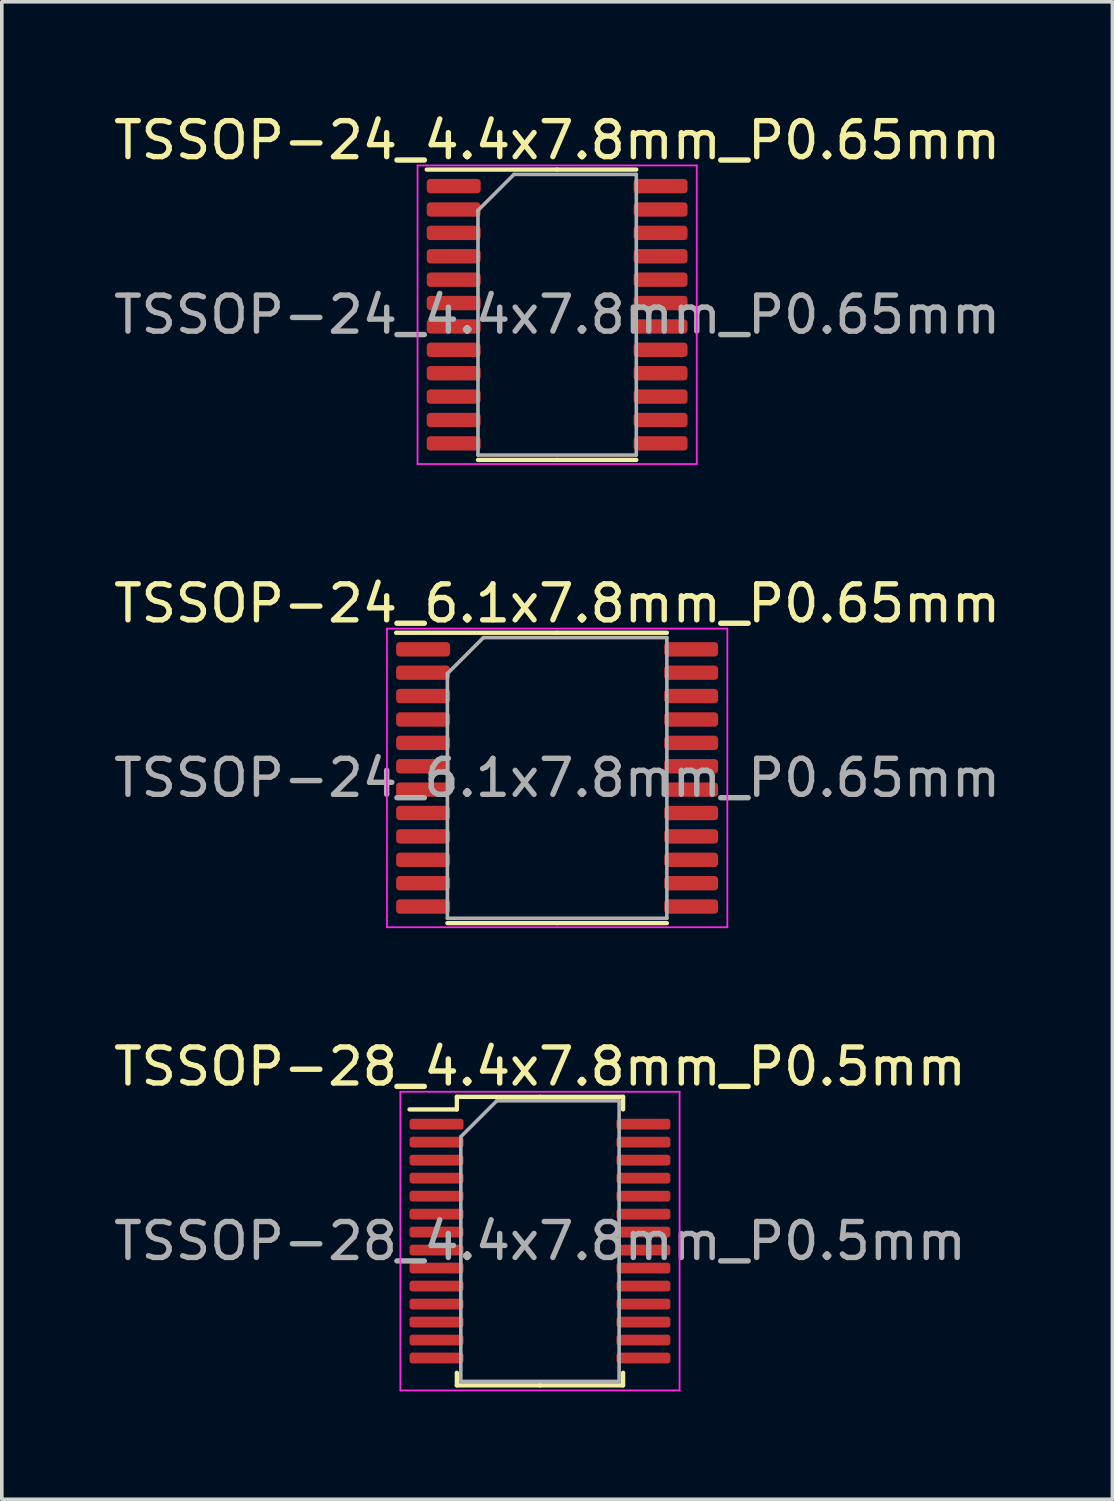
<source format=kicad_pcb>
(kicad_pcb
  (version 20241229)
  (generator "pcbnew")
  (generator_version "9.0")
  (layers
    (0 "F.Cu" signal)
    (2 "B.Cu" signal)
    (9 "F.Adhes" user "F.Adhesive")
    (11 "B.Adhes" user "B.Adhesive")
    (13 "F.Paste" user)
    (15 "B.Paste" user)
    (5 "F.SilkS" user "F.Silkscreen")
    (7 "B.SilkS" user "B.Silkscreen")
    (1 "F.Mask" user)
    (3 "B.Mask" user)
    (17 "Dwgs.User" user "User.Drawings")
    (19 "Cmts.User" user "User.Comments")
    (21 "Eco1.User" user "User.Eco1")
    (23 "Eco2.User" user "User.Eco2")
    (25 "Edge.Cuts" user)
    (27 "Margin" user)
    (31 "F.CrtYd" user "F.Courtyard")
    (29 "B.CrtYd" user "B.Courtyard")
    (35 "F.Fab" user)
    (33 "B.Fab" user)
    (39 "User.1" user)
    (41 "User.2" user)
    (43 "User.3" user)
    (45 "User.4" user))
  (footprint "TSSOP-24_4.4x7.8mm_P0.65mm"
    (layer "F.Cu")
    (at 12.435 5.698)
    (property "Reference" "TSSOP-24_4.4x7.8mm_P0.65mm" (at 0 -4.85 0) (layer "F.SilkS") (effects (font (size 1 1) (thickness 0.15))))
    (attr smd)
    (fp_line (start 0 -4.035) (end -3.625 -4.035) (stroke (width 0.12) (type solid)) (layer "F.SilkS"))
    (fp_line (start 0 -4.035) (end 2.2 -4.035) (stroke (width 0.12) (type solid)) (layer "F.SilkS"))
    (fp_line (start 0 4.035) (end -2.2 4.035) (stroke (width 0.12) (type solid)) (layer "F.SilkS"))
    (fp_line (start 0 4.035) (end 2.2 4.035) (stroke (width 0.12) (type solid)) (layer "F.SilkS"))
    (fp_line (start -3.88 -4.15) (end -3.88 4.15) (stroke (width 0.05) (type solid)) (layer "F.CrtYd"))
    (fp_line (start -3.88 4.15) (end 3.88 4.15) (stroke (width 0.05) (type solid)) (layer "F.CrtYd"))
    (fp_line (start 3.88 -4.15) (end -3.88 -4.15) (stroke (width 0.05) (type solid)) (layer "F.CrtYd"))
    (fp_line (start 3.88 4.15) (end 3.88 -4.15) (stroke (width 0.05) (type solid)) (layer "F.CrtYd"))
    (fp_line (start -2.2 -2.9) (end -1.2 -3.9) (stroke (width 0.1) (type solid)) (layer "F.Fab"))
    (fp_line (start -2.2 3.9) (end -2.2 -2.9) (stroke (width 0.1) (type solid)) (layer "F.Fab"))
    (fp_line (start -1.2 -3.9) (end 2.2 -3.9) (stroke (width 0.1) (type solid)) (layer "F.Fab"))
    (fp_line (start 2.2 -3.9) (end 2.2 3.9) (stroke (width 0.1) (type solid)) (layer "F.Fab"))
    (fp_line (start 2.2 3.9) (end -2.2 3.9) (stroke (width 0.1) (type solid)) (layer "F.Fab"))
    (fp_text user "${REFERENCE}" (at 0 0 0) (layer "F.Fab") (effects (font (size 1 1) (thickness 0.15))))
    (pad "1" smd roundrect (at -2.875 -3.575) (size 1.5 0.4) (layers "F.Cu" "F.Mask" "F.Paste") (roundrect_rratio 0.25))
    (pad "2" smd roundrect (at -2.875 -2.925) (size 1.5 0.4) (layers "F.Cu" "F.Mask" "F.Paste") (roundrect_rratio 0.25))
    (pad "3" smd roundrect (at -2.875 -2.275) (size 1.5 0.4) (layers "F.Cu" "F.Mask" "F.Paste") (roundrect_rratio 0.25))
    (pad "4" smd roundrect (at -2.875 -1.625) (size 1.5 0.4) (layers "F.Cu" "F.Mask" "F.Paste") (roundrect_rratio 0.25))
    (pad "5" smd roundrect (at -2.875 -0.975) (size 1.5 0.4) (layers "F.Cu" "F.Mask" "F.Paste") (roundrect_rratio 0.25))
    (pad "6" smd roundrect (at -2.875 -0.325) (size 1.5 0.4) (layers "F.Cu" "F.Mask" "F.Paste") (roundrect_rratio 0.25))
    (pad "7" smd roundrect (at -2.875 0.325) (size 1.5 0.4) (layers "F.Cu" "F.Mask" "F.Paste") (roundrect_rratio 0.25))
    (pad "8" smd roundrect (at -2.875 0.975) (size 1.5 0.4) (layers "F.Cu" "F.Mask" "F.Paste") (roundrect_rratio 0.25))
    (pad "9" smd roundrect (at -2.875 1.625) (size 1.5 0.4) (layers "F.Cu" "F.Mask" "F.Paste") (roundrect_rratio 0.25))
    (pad "10" smd roundrect (at -2.875 2.275) (size 1.5 0.4) (layers "F.Cu" "F.Mask" "F.Paste") (roundrect_rratio 0.25))
    (pad "11" smd roundrect (at -2.875 2.925) (size 1.5 0.4) (layers "F.Cu" "F.Mask" "F.Paste") (roundrect_rratio 0.25))
    (pad "12" smd roundrect (at -2.875 3.575) (size 1.5 0.4) (layers "F.Cu" "F.Mask" "F.Paste") (roundrect_rratio 0.25))
    (pad "13" smd roundrect (at 2.875 3.575) (size 1.5 0.4) (layers "F.Cu" "F.Mask" "F.Paste") (roundrect_rratio 0.25))
    (pad "14" smd roundrect (at 2.875 2.925) (size 1.5 0.4) (layers "F.Cu" "F.Mask" "F.Paste") (roundrect_rratio 0.25))
    (pad "15" smd roundrect (at 2.875 2.275) (size 1.5 0.4) (layers "F.Cu" "F.Mask" "F.Paste") (roundrect_rratio 0.25))
    (pad "16" smd roundrect (at 2.875 1.625) (size 1.5 0.4) (layers "F.Cu" "F.Mask" "F.Paste") (roundrect_rratio 0.25))
    (pad "17" smd roundrect (at 2.875 0.975) (size 1.5 0.4) (layers "F.Cu" "F.Mask" "F.Paste") (roundrect_rratio 0.25))
    (pad "18" smd roundrect (at 2.875 0.325) (size 1.5 0.4) (layers "F.Cu" "F.Mask" "F.Paste") (roundrect_rratio 0.25))
    (pad "19" smd roundrect (at 2.875 -0.325) (size 1.5 0.4) (layers "F.Cu" "F.Mask" "F.Paste") (roundrect_rratio 0.25))
    (pad "20" smd roundrect (at 2.875 -0.975) (size 1.5 0.4) (layers "F.Cu" "F.Mask" "F.Paste") (roundrect_rratio 0.25))
    (pad "21" smd roundrect (at 2.875 -1.625) (size 1.5 0.4) (layers "F.Cu" "F.Mask" "F.Paste") (roundrect_rratio 0.25))
    (pad "22" smd roundrect (at 2.875 -2.275) (size 1.5 0.4) (layers "F.Cu" "F.Mask" "F.Paste") (roundrect_rratio 0.25))
    (pad "23" smd roundrect (at 2.875 -2.925) (size 1.5 0.4) (layers "F.Cu" "F.Mask" "F.Paste") (roundrect_rratio 0.25))
    (pad "24" smd roundrect (at 2.875 -3.575) (size 1.5 0.4) (layers "F.Cu" "F.Mask" "F.Paste") (roundrect_rratio 0.25)))
  (footprint "TSSOP-24_6.1x7.8mm_P0.65mm"
    (layer "F.Cu")
    (at 12.435 18.572)
    (property "Reference" "TSSOP-24_6.1x7.8mm_P0.65mm" (at 0 -4.85 0) (layer "F.SilkS") (effects (font (size 1 1) (thickness 0.15))))
    (attr smd)
    (fp_line (start 0 -4.035) (end -4.475 -4.035) (stroke (width 0.12) (type solid)) (layer "F.SilkS"))
    (fp_line (start 0 -4.035) (end 3.05 -4.035) (stroke (width 0.12) (type solid)) (layer "F.SilkS"))
    (fp_line (start 0 4.035) (end -3.05 4.035) (stroke (width 0.12) (type solid)) (layer "F.SilkS"))
    (fp_line (start 0 4.035) (end 3.05 4.035) (stroke (width 0.12) (type solid)) (layer "F.SilkS"))
    (fp_line (start -4.73 -4.15) (end -4.73 4.15) (stroke (width 0.05) (type solid)) (layer "F.CrtYd"))
    (fp_line (start -4.73 4.15) (end 4.73 4.15) (stroke (width 0.05) (type solid)) (layer "F.CrtYd"))
    (fp_line (start 4.73 -4.15) (end -4.73 -4.15) (stroke (width 0.05) (type solid)) (layer "F.CrtYd"))
    (fp_line (start 4.73 4.15) (end 4.73 -4.15) (stroke (width 0.05) (type solid)) (layer "F.CrtYd"))
    (fp_line (start -3.05 -2.9) (end -2.05 -3.9) (stroke (width 0.1) (type solid)) (layer "F.Fab"))
    (fp_line (start -3.05 3.9) (end -3.05 -2.9) (stroke (width 0.1) (type solid)) (layer "F.Fab"))
    (fp_line (start -2.05 -3.9) (end 3.05 -3.9) (stroke (width 0.1) (type solid)) (layer "F.Fab"))
    (fp_line (start 3.05 -3.9) (end 3.05 3.9) (stroke (width 0.1) (type solid)) (layer "F.Fab"))
    (fp_line (start 3.05 3.9) (end -3.05 3.9) (stroke (width 0.1) (type solid)) (layer "F.Fab"))
    (fp_text user "${REFERENCE}" (at 0 0 0) (layer "F.Fab") (effects (font (size 1 1) (thickness 0.15))))
    (pad "1" smd roundrect (at -3.725 -3.575) (size 1.5 0.4) (layers "F.Cu" "F.Mask" "F.Paste") (roundrect_rratio 0.25))
    (pad "2" smd roundrect (at -3.725 -2.925) (size 1.5 0.4) (layers "F.Cu" "F.Mask" "F.Paste") (roundrect_rratio 0.25))
    (pad "3" smd roundrect (at -3.725 -2.275) (size 1.5 0.4) (layers "F.Cu" "F.Mask" "F.Paste") (roundrect_rratio 0.25))
    (pad "4" smd roundrect (at -3.725 -1.625) (size 1.5 0.4) (layers "F.Cu" "F.Mask" "F.Paste") (roundrect_rratio 0.25))
    (pad "5" smd roundrect (at -3.725 -0.975) (size 1.5 0.4) (layers "F.Cu" "F.Mask" "F.Paste") (roundrect_rratio 0.25))
    (pad "6" smd roundrect (at -3.725 -0.325) (size 1.5 0.4) (layers "F.Cu" "F.Mask" "F.Paste") (roundrect_rratio 0.25))
    (pad "7" smd roundrect (at -3.725 0.325) (size 1.5 0.4) (layers "F.Cu" "F.Mask" "F.Paste") (roundrect_rratio 0.25))
    (pad "8" smd roundrect (at -3.725 0.975) (size 1.5 0.4) (layers "F.Cu" "F.Mask" "F.Paste") (roundrect_rratio 0.25))
    (pad "9" smd roundrect (at -3.725 1.625) (size 1.5 0.4) (layers "F.Cu" "F.Mask" "F.Paste") (roundrect_rratio 0.25))
    (pad "10" smd roundrect (at -3.725 2.275) (size 1.5 0.4) (layers "F.Cu" "F.Mask" "F.Paste") (roundrect_rratio 0.25))
    (pad "11" smd roundrect (at -3.725 2.925) (size 1.5 0.4) (layers "F.Cu" "F.Mask" "F.Paste") (roundrect_rratio 0.25))
    (pad "12" smd roundrect (at -3.725 3.575) (size 1.5 0.4) (layers "F.Cu" "F.Mask" "F.Paste") (roundrect_rratio 0.25))
    (pad "13" smd roundrect (at 3.725 3.575) (size 1.5 0.4) (layers "F.Cu" "F.Mask" "F.Paste") (roundrect_rratio 0.25))
    (pad "14" smd roundrect (at 3.725 2.925) (size 1.5 0.4) (layers "F.Cu" "F.Mask" "F.Paste") (roundrect_rratio 0.25))
    (pad "15" smd roundrect (at 3.725 2.275) (size 1.5 0.4) (layers "F.Cu" "F.Mask" "F.Paste") (roundrect_rratio 0.25))
    (pad "16" smd roundrect (at 3.725 1.625) (size 1.5 0.4) (layers "F.Cu" "F.Mask" "F.Paste") (roundrect_rratio 0.25))
    (pad "17" smd roundrect (at 3.725 0.975) (size 1.5 0.4) (layers "F.Cu" "F.Mask" "F.Paste") (roundrect_rratio 0.25))
    (pad "18" smd roundrect (at 3.725 0.325) (size 1.5 0.4) (layers "F.Cu" "F.Mask" "F.Paste") (roundrect_rratio 0.25))
    (pad "19" smd roundrect (at 3.725 -0.325) (size 1.5 0.4) (layers "F.Cu" "F.Mask" "F.Paste") (roundrect_rratio 0.25))
    (pad "20" smd roundrect (at 3.725 -0.975) (size 1.5 0.4) (layers "F.Cu" "F.Mask" "F.Paste") (roundrect_rratio 0.25))
    (pad "21" smd roundrect (at 3.725 -1.625) (size 1.5 0.4) (layers "F.Cu" "F.Mask" "F.Paste") (roundrect_rratio 0.25))
    (pad "22" smd roundrect (at 3.725 -2.275) (size 1.5 0.4) (layers "F.Cu" "F.Mask" "F.Paste") (roundrect_rratio 0.25))
    (pad "23" smd roundrect (at 3.725 -2.925) (size 1.5 0.4) (layers "F.Cu" "F.Mask" "F.Paste") (roundrect_rratio 0.25))
    (pad "24" smd roundrect (at 3.725 -3.575) (size 1.5 0.4) (layers "F.Cu" "F.Mask" "F.Paste") (roundrect_rratio 0.25)))
  (footprint "TSSOP-28_4.4x7.8mm_P0.5mm"
    (layer "F.Cu")
    (at 11.958 31.445)
    (property "Reference" "TSSOP-28_4.4x7.8mm_P0.5mm" (at 0 -4.85 0) (layer "F.SilkS") (effects (font (size 1 1) (thickness 0.15))))
    (attr smd)
    (fp_line (start -2.31 -4.01) (end -2.31 -3.66) (stroke (width 0.12) (type solid)) (layer "F.SilkS"))
    (fp_line (start -2.31 -3.66) (end -3.625 -3.66) (stroke (width 0.12) (type solid)) (layer "F.SilkS"))
    (fp_line (start -2.31 4.01) (end -2.31 3.66) (stroke (width 0.12) (type solid)) (layer "F.SilkS"))
    (fp_line (start 0 -4.01) (end -2.31 -4.01) (stroke (width 0.12) (type solid)) (layer "F.SilkS"))
    (fp_line (start 0 -4.01) (end 2.31 -4.01) (stroke (width 0.12) (type solid)) (layer "F.SilkS"))
    (fp_line (start 0 4.01) (end -2.31 4.01) (stroke (width 0.12) (type solid)) (layer "F.SilkS"))
    (fp_line (start 0 4.01) (end 2.31 4.01) (stroke (width 0.12) (type solid)) (layer "F.SilkS"))
    (fp_line (start 2.31 -4.01) (end 2.31 -3.66) (stroke (width 0.12) (type solid)) (layer "F.SilkS"))
    (fp_line (start 2.31 4.01) (end 2.31 3.66) (stroke (width 0.12) (type solid)) (layer "F.SilkS"))
    (fp_line (start -3.88 -4.15) (end -3.88 4.15) (stroke (width 0.05) (type solid)) (layer "F.CrtYd"))
    (fp_line (start -3.88 4.15) (end 3.88 4.15) (stroke (width 0.05) (type solid)) (layer "F.CrtYd"))
    (fp_line (start 3.88 -4.15) (end -3.88 -4.15) (stroke (width 0.05) (type solid)) (layer "F.CrtYd"))
    (fp_line (start 3.88 4.15) (end 3.88 -4.15) (stroke (width 0.05) (type solid)) (layer "F.CrtYd"))
    (fp_line (start -2.2 -2.9) (end -1.2 -3.9) (stroke (width 0.1) (type solid)) (layer "F.Fab"))
    (fp_line (start -2.2 3.9) (end -2.2 -2.9) (stroke (width 0.1) (type solid)) (layer "F.Fab"))
    (fp_line (start -1.2 -3.9) (end 2.2 -3.9) (stroke (width 0.1) (type solid)) (layer "F.Fab"))
    (fp_line (start 2.2 -3.9) (end 2.2 3.9) (stroke (width 0.1) (type solid)) (layer "F.Fab"))
    (fp_line (start 2.2 3.9) (end -2.2 3.9) (stroke (width 0.1) (type solid)) (layer "F.Fab"))
    (fp_text user "${REFERENCE}" (at 0 0 0) (layer "F.Fab") (effects (font (size 1 1) (thickness 0.15))))
    (pad "1" smd roundrect (at -2.875 -3.25) (size 1.5 0.3) (layers "F.Cu" "F.Mask" "F.Paste") (roundrect_rratio 0.25))
    (pad "2" smd roundrect (at -2.875 -2.75) (size 1.5 0.3) (layers "F.Cu" "F.Mask" "F.Paste") (roundrect_rratio 0.25))
    (pad "3" smd roundrect (at -2.875 -2.25) (size 1.5 0.3) (layers "F.Cu" "F.Mask" "F.Paste") (roundrect_rratio 0.25))
    (pad "4" smd roundrect (at -2.875 -1.75) (size 1.5 0.3) (layers "F.Cu" "F.Mask" "F.Paste") (roundrect_rratio 0.25))
    (pad "5" smd roundrect (at -2.875 -1.25) (size 1.5 0.3) (layers "F.Cu" "F.Mask" "F.Paste") (roundrect_rratio 0.25))
    (pad "6" smd roundrect (at -2.875 -0.75) (size 1.5 0.3) (layers "F.Cu" "F.Mask" "F.Paste") (roundrect_rratio 0.25))
    (pad "7" smd roundrect (at -2.875 -0.25) (size 1.5 0.3) (layers "F.Cu" "F.Mask" "F.Paste") (roundrect_rratio 0.25))
    (pad "8" smd roundrect (at -2.875 0.25) (size 1.5 0.3) (layers "F.Cu" "F.Mask" "F.Paste") (roundrect_rratio 0.25))
    (pad "9" smd roundrect (at -2.875 0.75) (size 1.5 0.3) (layers "F.Cu" "F.Mask" "F.Paste") (roundrect_rratio 0.25))
    (pad "10" smd roundrect (at -2.875 1.25) (size 1.5 0.3) (layers "F.Cu" "F.Mask" "F.Paste") (roundrect_rratio 0.25))
    (pad "11" smd roundrect (at -2.875 1.75) (size 1.5 0.3) (layers "F.Cu" "F.Mask" "F.Paste") (roundrect_rratio 0.25))
    (pad "12" smd roundrect (at -2.875 2.25) (size 1.5 0.3) (layers "F.Cu" "F.Mask" "F.Paste") (roundrect_rratio 0.25))
    (pad "13" smd roundrect (at -2.875 2.75) (size 1.5 0.3) (layers "F.Cu" "F.Mask" "F.Paste") (roundrect_rratio 0.25))
    (pad "14" smd roundrect (at -2.875 3.25) (size 1.5 0.3) (layers "F.Cu" "F.Mask" "F.Paste") (roundrect_rratio 0.25))
    (pad "15" smd roundrect (at 2.875 3.25) (size 1.5 0.3) (layers "F.Cu" "F.Mask" "F.Paste") (roundrect_rratio 0.25))
    (pad "16" smd roundrect (at 2.875 2.75) (size 1.5 0.3) (layers "F.Cu" "F.Mask" "F.Paste") (roundrect_rratio 0.25))
    (pad "17" smd roundrect (at 2.875 2.25) (size 1.5 0.3) (layers "F.Cu" "F.Mask" "F.Paste") (roundrect_rratio 0.25))
    (pad "18" smd roundrect (at 2.875 1.75) (size 1.5 0.3) (layers "F.Cu" "F.Mask" "F.Paste") (roundrect_rratio 0.25))
    (pad "19" smd roundrect (at 2.875 1.25) (size 1.5 0.3) (layers "F.Cu" "F.Mask" "F.Paste") (roundrect_rratio 0.25))
    (pad "20" smd roundrect (at 2.875 0.75) (size 1.5 0.3) (layers "F.Cu" "F.Mask" "F.Paste") (roundrect_rratio 0.25))
    (pad "21" smd roundrect (at 2.875 0.25) (size 1.5 0.3) (layers "F.Cu" "F.Mask" "F.Paste") (roundrect_rratio 0.25))
    (pad "22" smd roundrect (at 2.875 -0.25) (size 1.5 0.3) (layers "F.Cu" "F.Mask" "F.Paste") (roundrect_rratio 0.25))
    (pad "23" smd roundrect (at 2.875 -0.75) (size 1.5 0.3) (layers "F.Cu" "F.Mask" "F.Paste") (roundrect_rratio 0.25))
    (pad "24" smd roundrect (at 2.875 -1.25) (size 1.5 0.3) (layers "F.Cu" "F.Mask" "F.Paste") (roundrect_rratio 0.25))
    (pad "25" smd roundrect (at 2.875 -1.75) (size 1.5 0.3) (layers "F.Cu" "F.Mask" "F.Paste") (roundrect_rratio 0.25))
    (pad "26" smd roundrect (at 2.875 -2.25) (size 1.5 0.3) (layers "F.Cu" "F.Mask" "F.Paste") (roundrect_rratio 0.25))
    (pad "27" smd roundrect (at 2.875 -2.75) (size 1.5 0.3) (layers "F.Cu" "F.Mask" "F.Paste") (roundrect_rratio 0.25))
    (pad "28" smd roundrect (at 2.875 -3.25) (size 1.5 0.3) (layers "F.Cu" "F.Mask" "F.Paste") (roundrect_rratio 0.25)))
  (gr_rect
    (start -3 -3)
    (end 27.869 38.62)
    (stroke (width 0.1) (type default))
    (fill no)
    (layer "Edge.Cuts")))
</source>
